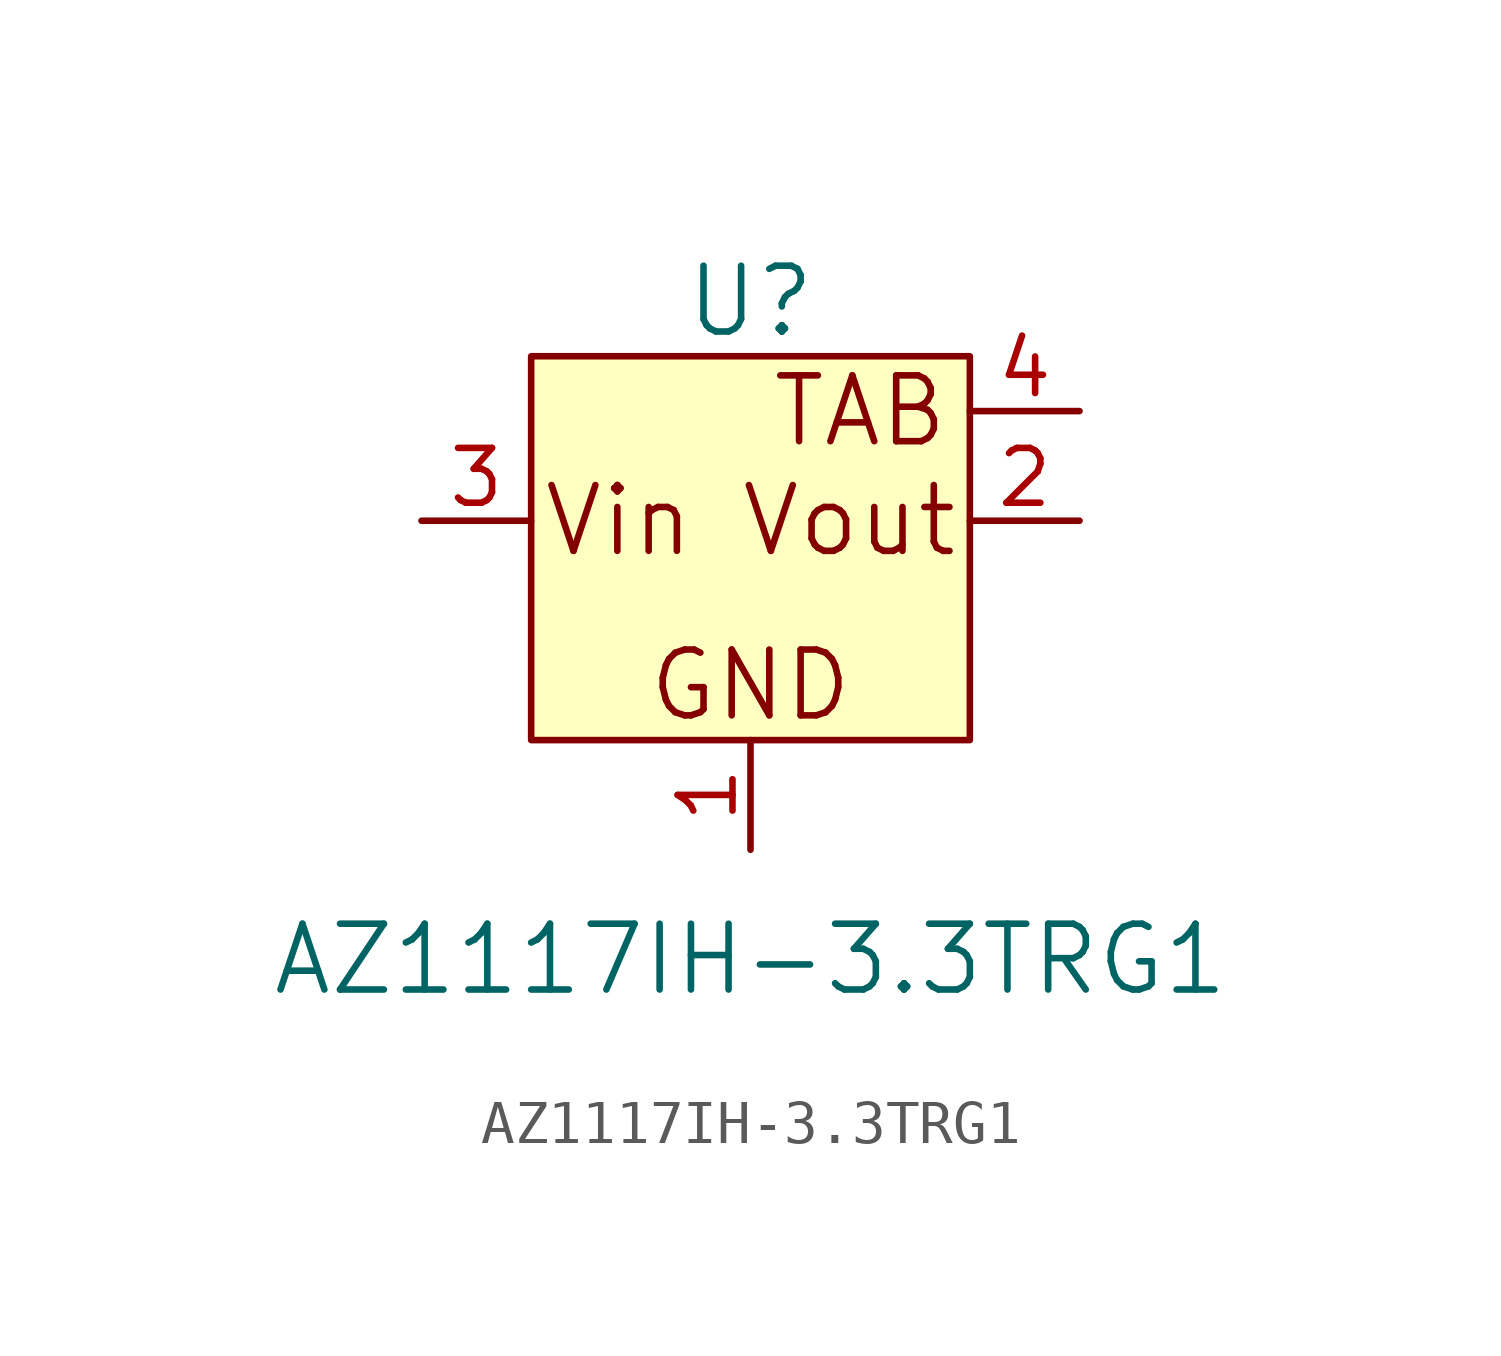
<source format=kicad_sym>
(kicad_symbol_lib
  (version 20220914)
  (generator kicad_symbol_editor)
  (symbol "AZ1117IH-3.3TRG1"
    (pin_names
      (offset 0) hide)
    (property "Reference" "U"
      (at 0 5.08 0)
      (effects (font (size 1.524 1.524))))
    (property "Value" "AZ1117IH-3.3TRG1"
      (at 0 -10.16 0)
      (effects (font (size 1.524 1.524))))
    (symbol "AZ1117IH-3.3TRG1_0_0"
      (rectangle (start -5.08 -5.08) (end 5.08 3.81) (stroke (width 0) (type default)) (fill (type background)))
      (text "GND" (at 0 -3.81 0) (effects (font (size 1.524 1.524))))
      (text "TAB" (at 2.54 2.54 0) (effects (font (size 1.524 1.524))))
      (text "Vin" (at -3.048 0 0) (effects (font (size 1.524 1.524))))
      (text "Vout" (at 2.286 0 0) (effects (font (size 1.524 1.524)))))
    (symbol "AZ1117IH-3.3TRG1_1_1"
      (pin input line (at 0 -7.62 90) (length 2.54) (name "GND" (effects (font (size 1.27 1.27)))) (number "1" (effects (font (size 1.27 1.27)))))
      (pin input line (at 7.62 0 180) (length 2.54) (name "Vout" (effects (font (size 1.27 1.27)))) (number "2" (effects (font (size 1.27 1.27)))))
      (pin input line (at -7.62 0 0) (length 2.54) (name "Vin" (effects (font (size 1.27 1.27)))) (number "3" (effects (font (size 1.27 1.27)))))
      (pin input line (at 7.62 2.54 180) (length 2.54) (name "Vout_(TAB)" (effects (font (size 1.27 1.27)))) (number "4" (effects (font (size 1.27 1.27))))))))
</source>
